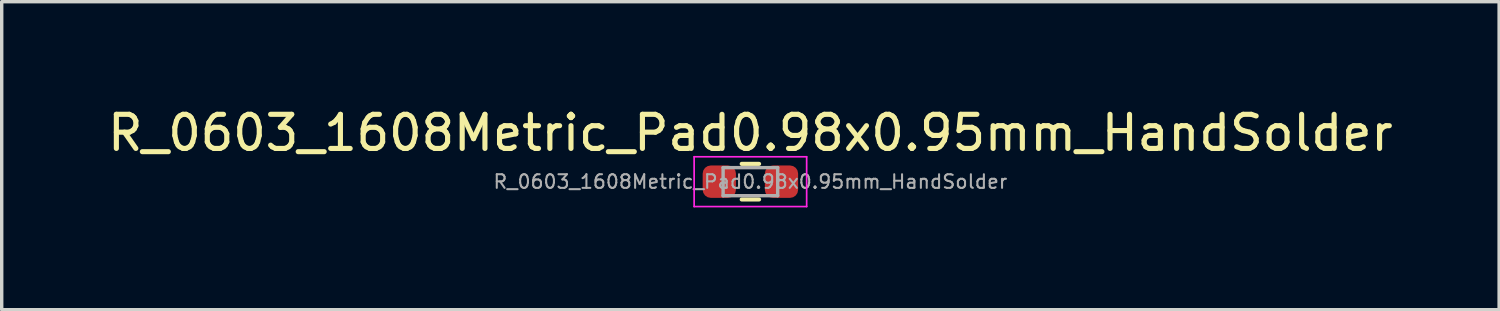
<source format=kicad_pcb>
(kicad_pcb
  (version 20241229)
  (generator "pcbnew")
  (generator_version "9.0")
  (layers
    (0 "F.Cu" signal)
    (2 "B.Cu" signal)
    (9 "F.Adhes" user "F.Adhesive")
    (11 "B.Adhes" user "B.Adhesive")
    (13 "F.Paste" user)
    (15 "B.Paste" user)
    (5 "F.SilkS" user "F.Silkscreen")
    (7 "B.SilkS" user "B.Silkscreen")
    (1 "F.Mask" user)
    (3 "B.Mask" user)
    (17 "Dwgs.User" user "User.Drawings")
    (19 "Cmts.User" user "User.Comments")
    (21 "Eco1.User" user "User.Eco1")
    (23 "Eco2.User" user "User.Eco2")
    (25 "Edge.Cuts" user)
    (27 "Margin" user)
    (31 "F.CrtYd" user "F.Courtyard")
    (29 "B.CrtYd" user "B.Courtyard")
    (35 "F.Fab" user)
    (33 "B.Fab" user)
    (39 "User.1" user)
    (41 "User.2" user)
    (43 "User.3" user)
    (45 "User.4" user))
  (footprint "R_0603_1608Metric_Pad0.98x0.95mm_HandSolder"
    (layer "F.Cu")
    (at 18.958 2.278)
    (property "Reference" "R_0603_1608Metric_Pad0.98x0.95mm_HandSolder" (at 0 -1.43 0) (layer "F.SilkS") (effects (font (size 1 1) (thickness 0.15))))
    (attr smd)
    (fp_line (start -0.255 -0.522) (end 0.255 -0.522) (stroke (width 0.12) (type solid)) (layer "F.SilkS"))
    (fp_line (start -0.255 0.522) (end 0.255 0.522) (stroke (width 0.12) (type solid)) (layer "F.SilkS"))
    (fp_line (start -1.65 -0.73) (end 1.65 -0.73) (stroke (width 0.05) (type solid)) (layer "F.CrtYd"))
    (fp_line (start -1.65 0.73) (end -1.65 -0.73) (stroke (width 0.05) (type solid)) (layer "F.CrtYd"))
    (fp_line (start 1.65 -0.73) (end 1.65 0.73) (stroke (width 0.05) (type solid)) (layer "F.CrtYd"))
    (fp_line (start 1.65 0.73) (end -1.65 0.73) (stroke (width 0.05) (type solid)) (layer "F.CrtYd"))
    (fp_line (start -0.8 -0.412) (end 0.8 -0.412) (stroke (width 0.1) (type solid)) (layer "F.Fab"))
    (fp_line (start -0.8 0.412) (end -0.8 -0.412) (stroke (width 0.1) (type solid)) (layer "F.Fab"))
    (fp_line (start 0.8 -0.412) (end 0.8 0.412) (stroke (width 0.1) (type solid)) (layer "F.Fab"))
    (fp_line (start 0.8 0.412) (end -0.8 0.412) (stroke (width 0.1) (type solid)) (layer "F.Fab"))
    (fp_text user "${REFERENCE}" (at 0 0 0) (layer "F.Fab") (effects (font (size 0.4 0.4) (thickness 0.06))))
    (pad "1" smd roundrect (at -0.912 0) (size 0.975 0.95) (layers "F.Cu" "F.Mask" "F.Paste") (roundrect_rratio 0.25))
    (pad "2" smd roundrect (at 0.912 0) (size 0.975 0.95) (layers "F.Cu" "F.Mask" "F.Paste") (roundrect_rratio 0.25))
    (zone (net_name "") (layer "F.Cu") (hatch edge 0.508) (connect_pads) (min_thickness 0.254) (filled_areas_thickness no) (keepout (tracks not_allowed) (vias not_allowed) (pads not_allowed) (copperpour allowed) (footprints allowed)) (placement (enabled no)) (fill) (polygon (pts (xy 19.213 2.801) (xy 18.704 2.801) (xy 18.704 1.756) (xy 19.213 1.756)))))
  (gr_rect
    (start -3 -3)
    (end 40.917 6.033)
    (stroke (width 0.1) (type default))
    (fill no)
    (layer "Edge.Cuts")))
</source>
